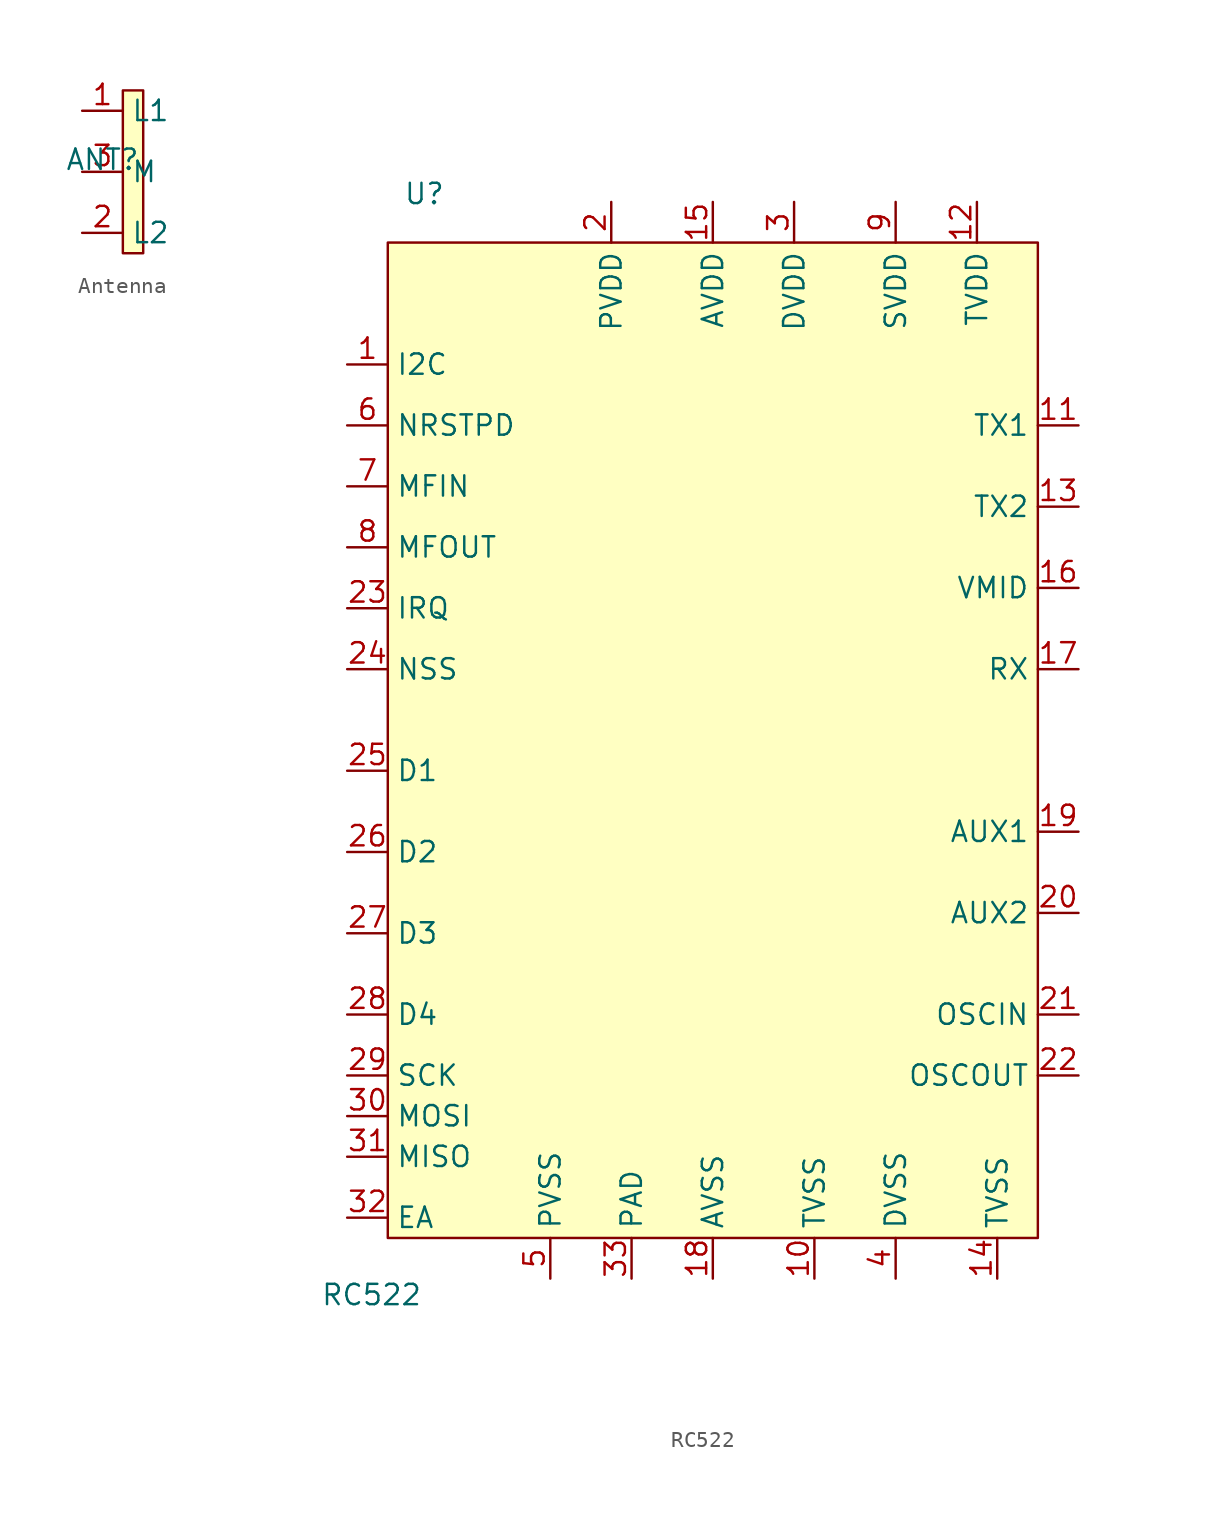
<source format=kicad_sym>
(kicad_symbol_lib
  (version 20231120)
  (generator "kicad_symbol_editor")
  (generator_version "8.0")
  (symbol "Antenna"
    (property "Reference" "ANT"
      (at -2.54 0.762 0)
      (effects (font (size 1.27 1.27))))
    (property "Value" ""
      (at 0 1.27 0)
      (effects (font (size 1.27 1.27))))
    (symbol "Antenna_1_1"
      (rectangle (start -1.27 5.08) (end 0 -5.08) (stroke (width 0) (type default)) (fill (type background)))
      (pin passive line (at -3.81 3.81 0) (length 2.54) (name "L1" (effects (font (size 1.27 1.27)))) (number "1" (effects (font (size 1.27 1.27)))))
      (pin passive line (at -3.81 -3.81 0) (length 2.54) (name "L2" (effects (font (size 1.27 1.27)))) (number "2" (effects (font (size 1.27 1.27)))))
      (pin passive line (at -3.81 0 0) (length 2.54) (name "M" (effects (font (size 1.27 1.27)))) (number "3" (effects (font (size 1.27 1.27)))))))
  (symbol "RC522"
    (property "Reference" "U"
      (at -18.034 30.988 0)
      (effects (font (size 1.27 1.27))))
    (property "Value" "RC522"
      (at -21.336 -37.846 0)
      (effects (font (size 1.27 1.27))))
    (symbol "RC522_1_1"
      (rectangle (start -20.32 27.94) (end 20.32 -34.29) (stroke (width 0) (type default)) (fill (type background)))
      (pin input line (at -22.86 20.32 0) (length 2.54) (name "I2C" (effects (font (size 1.27 1.27)))) (number "1" (effects (font (size 1.27 1.27)))))
      (pin power_in line (at 6.35 -36.83 90) (length 2.54) (name "TVSS" (effects (font (size 1.27 1.27)))) (number "10" (effects (font (size 1.27 1.27)))))
      (pin bidirectional line (at 22.86 16.51 180) (length 2.54) (name "TX1" (effects (font (size 1.27 1.27)))) (number "11" (effects (font (size 1.27 1.27)))))
      (pin power_in line (at 16.51 30.48 270) (length 2.54) (name "TVDD" (effects (font (size 1.27 1.27)))) (number "12" (effects (font (size 1.27 1.27)))))
      (pin bidirectional line (at 22.86 11.43 180) (length 2.54) (name "TX2" (effects (font (size 1.27 1.27)))) (number "13" (effects (font (size 1.27 1.27)))))
      (pin power_in line (at 17.78 -36.83 90) (length 2.54) (name "TVSS" (effects (font (size 1.27 1.27)))) (number "14" (effects (font (size 1.27 1.27)))))
      (pin power_in line (at 0 30.48 270) (length 2.54) (name "AVDD" (effects (font (size 1.27 1.27)))) (number "15" (effects (font (size 1.27 1.27)))))
      (pin power_out line (at 22.86 6.35 180) (length 2.54) (name "VMID" (effects (font (size 1.27 1.27)))) (number "16" (effects (font (size 1.27 1.27)))))
      (pin bidirectional line (at 22.86 1.27 180) (length 2.54) (name "RX" (effects (font (size 1.27 1.27)))) (number "17" (effects (font (size 1.27 1.27)))))
      (pin power_in line (at 0 -36.83 90) (length 2.54) (name "AVSS" (effects (font (size 1.27 1.27)))) (number "18" (effects (font (size 1.27 1.27)))))
      (pin bidirectional line (at 22.86 -8.89 180) (length 2.54) (name "AUX1" (effects (font (size 1.27 1.27)))) (number "19" (effects (font (size 1.27 1.27)))))
      (pin power_in line (at -6.35 30.48 270) (length 2.54) (name "PVDD" (effects (font (size 1.27 1.27)))) (number "2" (effects (font (size 1.27 1.27)))))
      (pin bidirectional line (at 22.86 -13.97 180) (length 2.54) (name "AUX2" (effects (font (size 1.27 1.27)))) (number "20" (effects (font (size 1.27 1.27)))))
      (pin input line (at 22.86 -20.32 180) (length 2.54) (name "OSCIN" (effects (font (size 1.27 1.27)))) (number "21" (effects (font (size 1.27 1.27)))))
      (pin output line (at 22.86 -24.13 180) (length 2.54) (name "OSCOUT" (effects (font (size 1.27 1.27)))) (number "22" (effects (font (size 1.27 1.27)))))
      (pin output line (at -22.86 5.08 0) (length 2.54) (name "IRQ" (effects (font (size 1.27 1.27)))) (number "23" (effects (font (size 1.27 1.27)))))
      (pin input line (at -22.86 1.27 0) (length 2.54) (name "NSS" (effects (font (size 1.27 1.27)))) (number "24" (effects (font (size 1.27 1.27)))))
      (pin bidirectional line (at -22.86 -5.08 0) (length 2.54) (name "D1" (effects (font (size 1.27 1.27)))) (number "25" (effects (font (size 1.27 1.27)))))
      (pin bidirectional line (at -22.86 -10.16 0) (length 2.54) (name "D2" (effects (font (size 1.27 1.27)))) (number "26" (effects (font (size 1.27 1.27)))))
      (pin bidirectional line (at -22.86 -15.24 0) (length 2.54) (name "D3" (effects (font (size 1.27 1.27)))) (number "27" (effects (font (size 1.27 1.27)))))
      (pin bidirectional line (at -22.86 -20.32 0) (length 2.54) (name "D4" (effects (font (size 1.27 1.27)))) (number "28" (effects (font (size 1.27 1.27)))))
      (pin input line (at -22.86 -24.13 0) (length 2.54) (name "SCK" (effects (font (size 1.27 1.27)))) (number "29" (effects (font (size 1.27 1.27)))))
      (pin power_in line (at 5.08 30.48 270) (length 2.54) (name "DVDD" (effects (font (size 1.27 1.27)))) (number "3" (effects (font (size 1.27 1.27)))))
      (pin input line (at -22.86 -26.67 0) (length 2.54) (name "MOSI" (effects (font (size 1.27 1.27)))) (number "30" (effects (font (size 1.27 1.27)))))
      (pin output line (at -22.86 -29.21 0) (length 2.54) (name "MISO" (effects (font (size 1.27 1.27)))) (number "31" (effects (font (size 1.27 1.27)))))
      (pin input line (at -22.86 -33.02 0) (length 2.54) (name "EA" (effects (font (size 1.27 1.27)))) (number "32" (effects (font (size 1.27 1.27)))))
      (pin power_in line (at -5.08 -36.83 90) (length 2.54) (name "PAD" (effects (font (size 1.27 1.27)))) (number "33" (effects (font (size 1.27 1.27)))))
      (pin power_in line (at 11.43 -36.83 90) (length 2.54) (name "DVSS" (effects (font (size 1.27 1.27)))) (number "4" (effects (font (size 1.27 1.27)))))
      (pin power_in line (at -10.16 -36.83 90) (length 2.54) (name "PVSS" (effects (font (size 1.27 1.27)))) (number "5" (effects (font (size 1.27 1.27)))))
      (pin bidirectional line (at -22.86 16.51 0) (length 2.54) (name "NRSTPD" (effects (font (size 1.27 1.27)))) (number "6" (effects (font (size 1.27 1.27)))))
      (pin bidirectional line (at -22.86 12.7 0) (length 2.54) (name "MFIN" (effects (font (size 1.27 1.27)))) (number "7" (effects (font (size 1.27 1.27)))))
      (pin bidirectional line (at -22.86 8.89 0) (length 2.54) (name "MFOUT" (effects (font (size 1.27 1.27)))) (number "8" (effects (font (size 1.27 1.27)))))
      (pin power_in line (at 11.43 30.48 270) (length 2.54) (name "SVDD" (effects (font (size 1.27 1.27)))) (number "9" (effects (font (size 1.27 1.27))))))))
</source>
